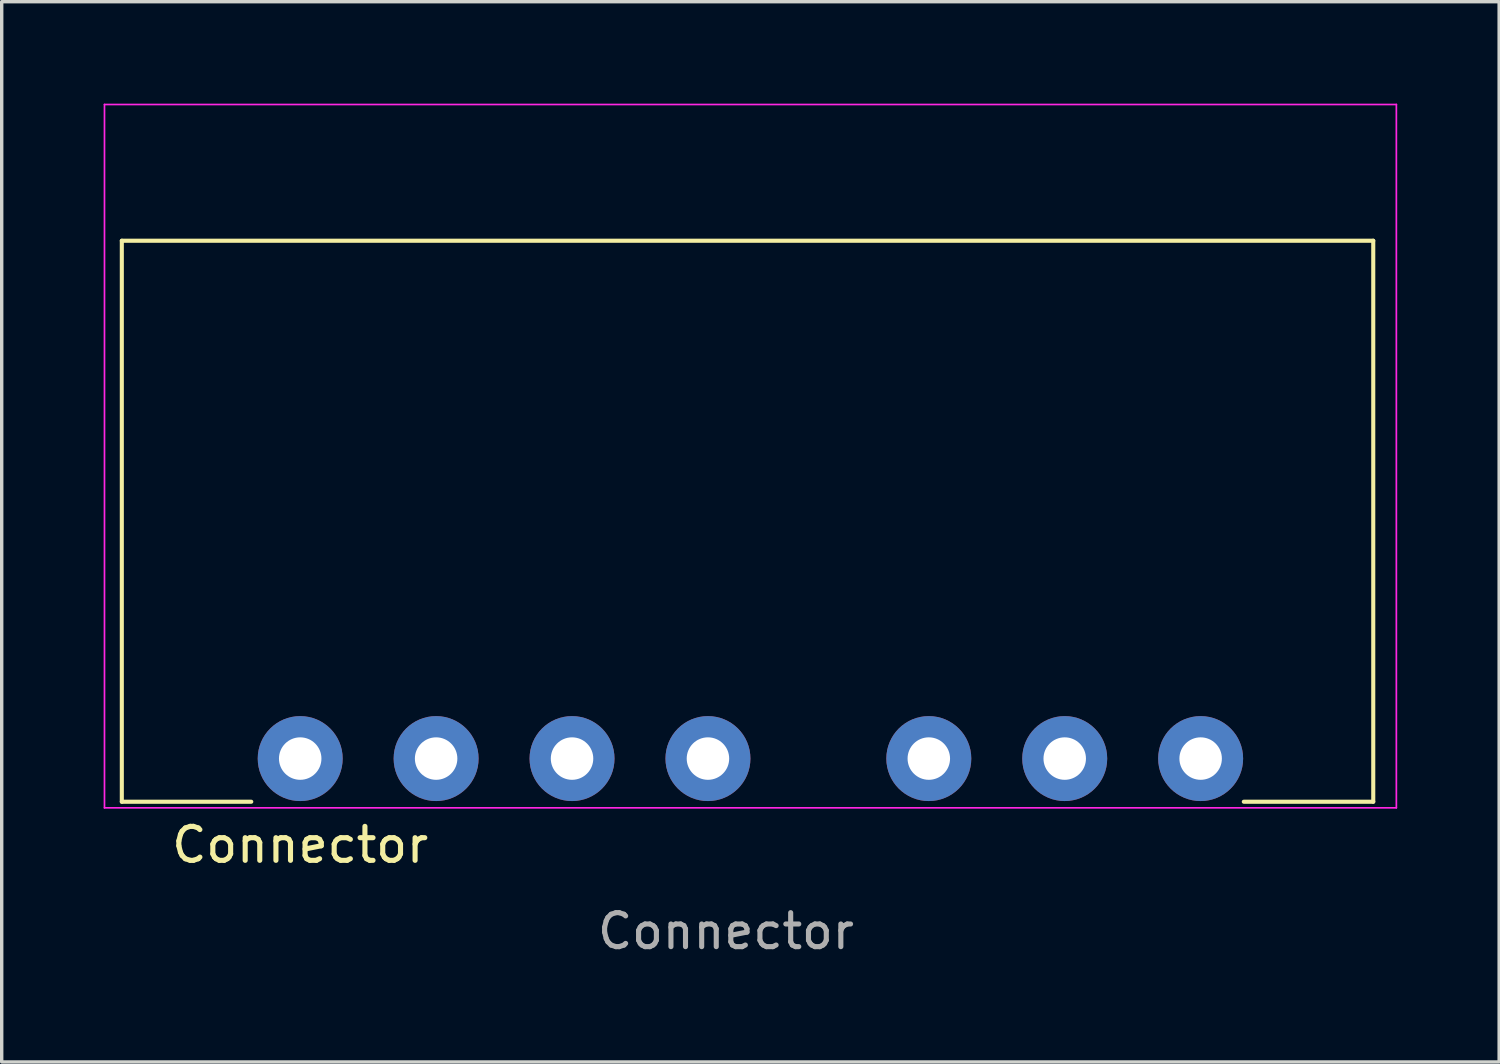
<source format=kicad_pcb>
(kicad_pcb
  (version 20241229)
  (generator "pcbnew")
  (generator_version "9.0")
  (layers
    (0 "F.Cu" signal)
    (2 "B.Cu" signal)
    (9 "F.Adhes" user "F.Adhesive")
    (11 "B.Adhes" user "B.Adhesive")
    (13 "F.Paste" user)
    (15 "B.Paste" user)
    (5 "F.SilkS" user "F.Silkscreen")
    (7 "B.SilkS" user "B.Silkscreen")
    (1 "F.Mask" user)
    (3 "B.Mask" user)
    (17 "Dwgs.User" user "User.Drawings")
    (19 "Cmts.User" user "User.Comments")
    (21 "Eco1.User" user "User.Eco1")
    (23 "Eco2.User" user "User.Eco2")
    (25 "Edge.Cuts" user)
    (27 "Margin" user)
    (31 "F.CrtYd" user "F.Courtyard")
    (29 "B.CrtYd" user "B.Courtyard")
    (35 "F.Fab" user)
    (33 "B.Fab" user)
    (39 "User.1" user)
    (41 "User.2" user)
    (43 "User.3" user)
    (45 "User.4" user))
  (footprint "Connector"
    (layer "F.Cu")
    (at 18.315 19.275)
    (property "Reference" "Connector" (at -12.53 2.54 0) (unlocked yes) (layer "F.SilkS") (effects (font (size 1 1) (thickness 0.15))))
    (attr through_hole)
    (fp_line (start -17.78 -15.24) (end -17.78 1.27) (stroke (width 0.12) (type default)) (layer "F.SilkS"))
    (fp_line (start -17.78 1.27) (end -13.97 1.27) (stroke (width 0.12) (type default)) (layer "F.SilkS"))
    (fp_line (start 15.24 1.27) (end 19.05 1.27) (stroke (width 0.12) (type default)) (layer "F.SilkS"))
    (fp_line (start 19.05 -15.24) (end -17.78 -15.24) (stroke (width 0.12) (type default)) (layer "F.SilkS"))
    (fp_line (start 19.05 1.27) (end 19.05 -15.24) (stroke (width 0.12) (type default)) (layer "F.SilkS"))
    (fp_line (start -18.29 -19.25) (end 19.73 -19.25) (stroke (width 0.05) (type default)) (layer "F.CrtYd"))
    (fp_line (start -18.29 1.45) (end -18.29 -19.25) (stroke (width 0.05) (type default)) (layer "F.CrtYd"))
    (fp_line (start -18.29 1.45) (end 19.73 1.45) (stroke (width 0.05) (type default)) (layer "F.CrtYd"))
    (fp_line (start 19.73 -19.25) (end 19.73 1.45) (stroke (width 0.05) (type default)) (layer "F.CrtYd"))
    (fp_text user "${REFERENCE}" (at 0 5.08 0) (unlocked yes) (layer "F.Fab") (effects (font (size 1 1) (thickness 0.15))))
    (pad "1" thru_hole circle (at -12.53 0) (size 2.5 2.5) (drill 1.25) (layers "*.Cu" "*.Mask"))
    (pad "2" thru_hole circle (at -8.53 0) (size 2.5 2.5) (drill 1.25) (layers "*.Cu" "*.Mask"))
    (pad "3" thru_hole circle (at -4.53 0) (size 2.5 2.5) (drill 1.25) (layers "*.Cu" "*.Mask"))
    (pad "4" thru_hole circle (at -0.53 0) (size 2.5 2.5) (drill 1.25) (layers "*.Cu" "*.Mask"))
    (pad "5" thru_hole circle (at 5.97 0) (size 2.5 2.5) (drill 1.25) (layers "*.Cu" "*.Mask"))
    (pad "6" thru_hole circle (at 9.97 0) (size 2.5 2.5) (drill 1.25) (layers "*.Cu" "*.Mask"))
    (pad "7" thru_hole circle (at 13.97 0) (size 2.5 2.5) (drill 1.25) (layers "*.Cu" "*.Mask")))
  (gr_rect
    (start -3 -3)
    (end 41.07 28.203)
    (stroke (width 0.1) (type default))
    (fill no)
    (layer "Edge.Cuts")))
</source>
